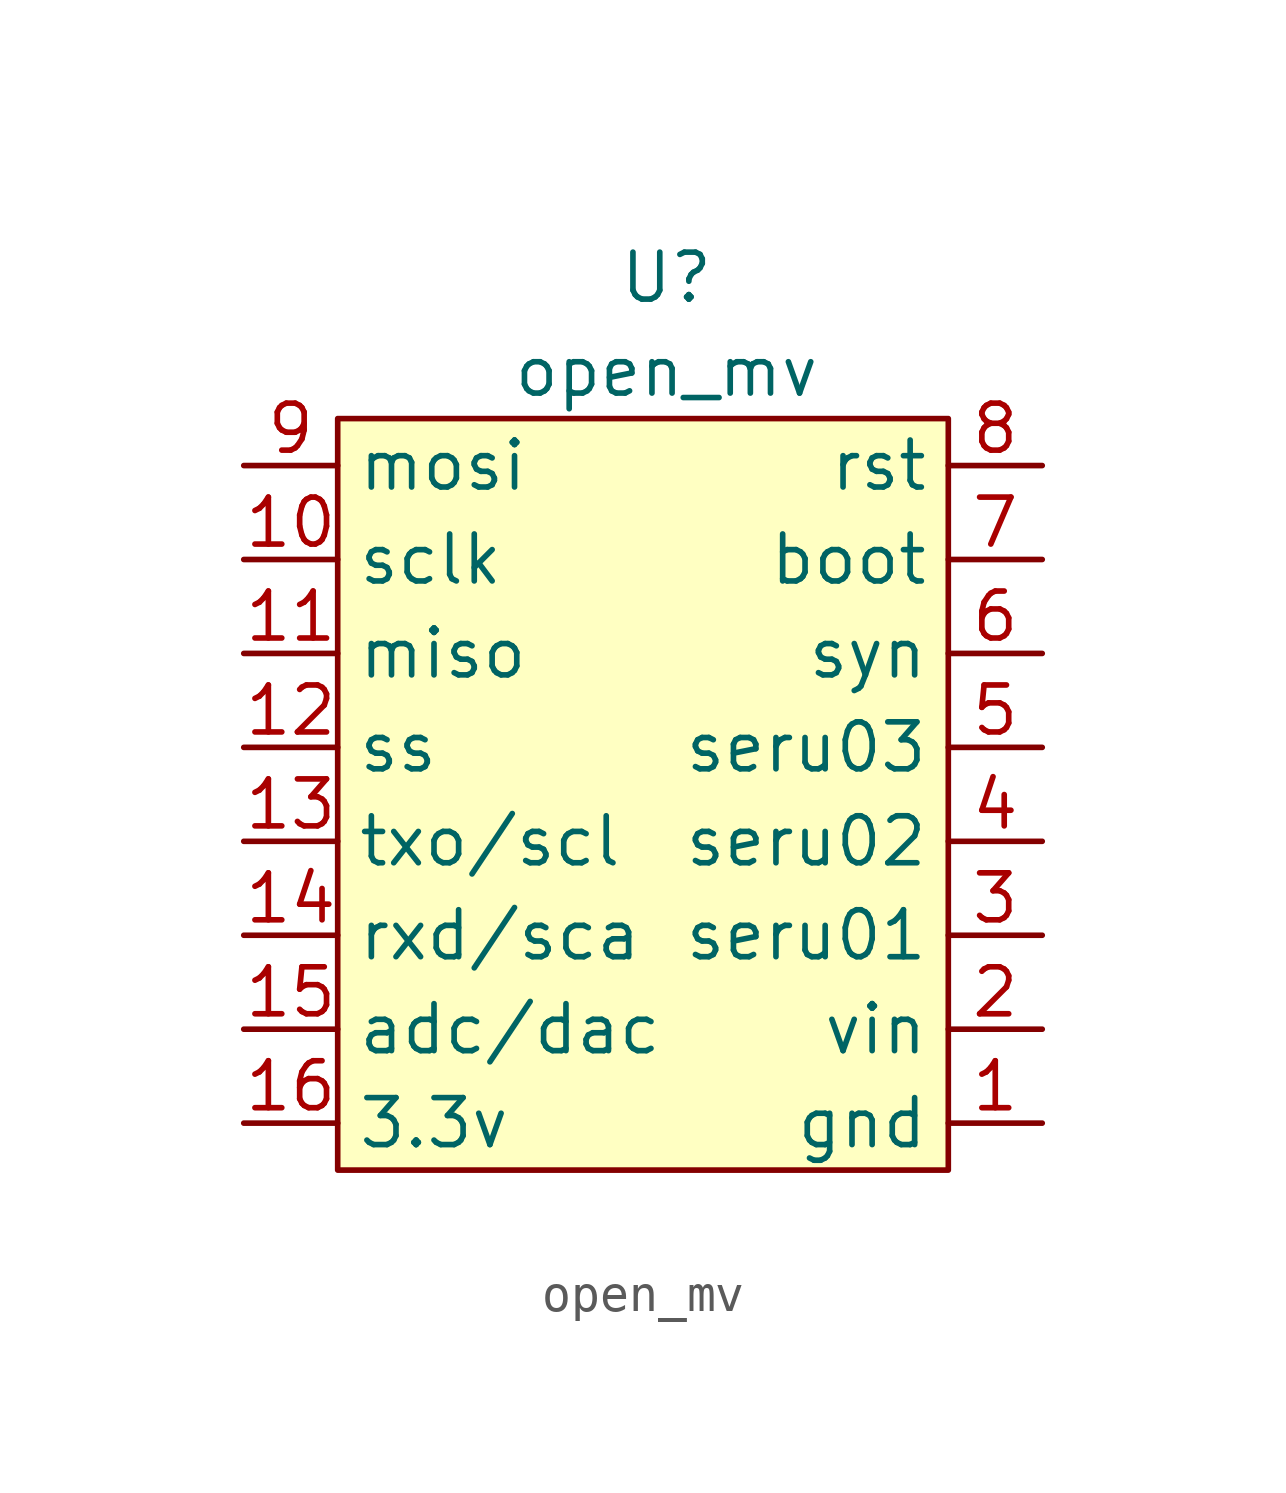
<source format=kicad_sym>
(kicad_symbol_lib
  (version 20211014)
  (generator kicad_symbol_editor)
  (symbol "open_mv"
    (property "Reference" "U"
      (at 0 3.81 0)
      (effects (font (size 1.27 1.27))))
    (property "Value" "open_mv"
      (at 0 1.27 0)
      (effects (font (size 1.27 1.27))))
    (symbol "open_mv_0_1"
      (rectangle (start -8.89 0) (end 7.62 -20.32) (stroke (width 0) (type default) (color 0 0 0 0)) (fill (type background))))
    (symbol "open_mv_1_1"
      (pin bidirectional line (at 10.16 -19.05 180) (length 2.54) (name "gnd" (effects (font (size 1.27 1.27)))) (number "1" (effects (font (size 1.27 1.27)))))
      (pin bidirectional line (at -11.43 -3.81 0) (length 2.54) (name "sclk" (effects (font (size 1.27 1.27)))) (number "10" (effects (font (size 1.27 1.27)))))
      (pin bidirectional line (at -11.43 -6.35 0) (length 2.54) (name "miso" (effects (font (size 1.27 1.27)))) (number "11" (effects (font (size 1.27 1.27)))))
      (pin bidirectional line (at -11.43 -8.89 0) (length 2.54) (name "ss" (effects (font (size 1.27 1.27)))) (number "12" (effects (font (size 1.27 1.27)))))
      (pin bidirectional line (at -11.43 -11.43 0) (length 2.54) (name "txo/scl" (effects (font (size 1.27 1.27)))) (number "13" (effects (font (size 1.27 1.27)))))
      (pin bidirectional line (at -11.43 -13.97 0) (length 2.54) (name "rxd/sca" (effects (font (size 1.27 1.27)))) (number "14" (effects (font (size 1.27 1.27)))))
      (pin bidirectional line (at -11.43 -16.51 0) (length 2.54) (name "adc/dac" (effects (font (size 1.27 1.27)))) (number "15" (effects (font (size 1.27 1.27)))))
      (pin power_out line (at -11.43 -19.05 0) (length 2.54) (name "3.3v" (effects (font (size 1.27 1.27)))) (number "16" (effects (font (size 1.27 1.27)))))
      (pin power_out line (at 10.16 -16.51 180) (length 2.54) (name "vin" (effects (font (size 1.27 1.27)))) (number "2" (effects (font (size 1.27 1.27)))))
      (pin bidirectional line (at 10.16 -13.97 180) (length 2.54) (name "seru01" (effects (font (size 1.27 1.27)))) (number "3" (effects (font (size 1.27 1.27)))))
      (pin bidirectional line (at 10.16 -11.43 180) (length 2.54) (name "seru02" (effects (font (size 1.27 1.27)))) (number "4" (effects (font (size 1.27 1.27)))))
      (pin bidirectional line (at 10.16 -8.89 180) (length 2.54) (name "seru03" (effects (font (size 1.27 1.27)))) (number "5" (effects (font (size 1.27 1.27)))))
      (pin bidirectional line (at 10.16 -6.35 180) (length 2.54) (name "syn" (effects (font (size 1.27 1.27)))) (number "6" (effects (font (size 1.27 1.27)))))
      (pin bidirectional line (at 10.16 -3.81 180) (length 2.54) (name "boot" (effects (font (size 1.27 1.27)))) (number "7" (effects (font (size 1.27 1.27)))))
      (pin bidirectional line (at 10.16 -1.27 180) (length 2.54) (name "rst" (effects (font (size 1.27 1.27)))) (number "8" (effects (font (size 1.27 1.27)))))
      (pin bidirectional line (at -11.43 -1.27 0) (length 2.54) (name "mosi" (effects (font (size 1.27 1.27)))) (number "9" (effects (font (size 1.27 1.27))))))))
</source>
